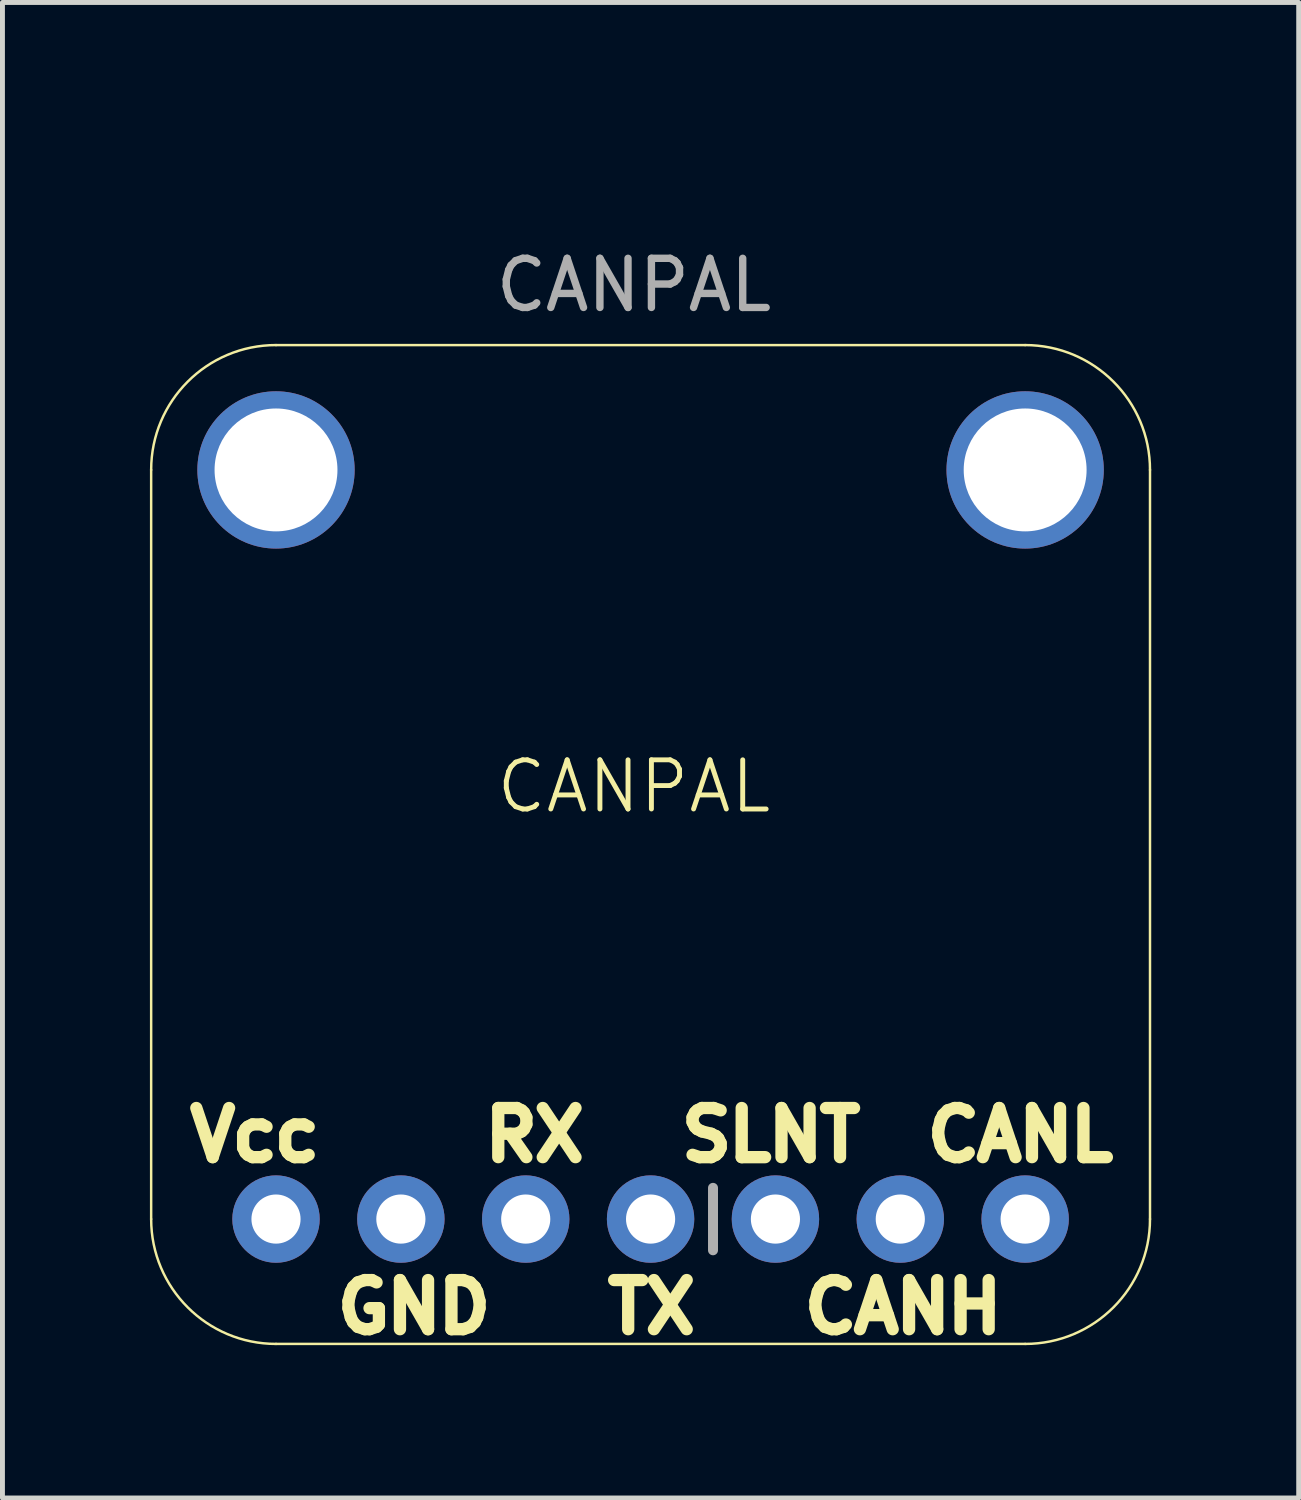
<source format=kicad_pcb>
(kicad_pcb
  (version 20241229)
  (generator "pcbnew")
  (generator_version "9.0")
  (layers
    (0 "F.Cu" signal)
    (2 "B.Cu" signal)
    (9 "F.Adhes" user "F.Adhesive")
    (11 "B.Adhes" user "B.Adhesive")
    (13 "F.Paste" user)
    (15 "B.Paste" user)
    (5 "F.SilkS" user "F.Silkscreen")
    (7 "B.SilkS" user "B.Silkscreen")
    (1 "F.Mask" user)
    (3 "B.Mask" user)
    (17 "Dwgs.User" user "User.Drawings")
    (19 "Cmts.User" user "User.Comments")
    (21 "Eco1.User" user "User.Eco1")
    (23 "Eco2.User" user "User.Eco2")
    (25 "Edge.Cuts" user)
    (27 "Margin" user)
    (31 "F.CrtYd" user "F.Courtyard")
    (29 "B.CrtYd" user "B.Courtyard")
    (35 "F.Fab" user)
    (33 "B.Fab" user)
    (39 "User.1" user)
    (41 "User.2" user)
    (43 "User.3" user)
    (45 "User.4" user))
  (footprint "CANPAL"
    (layer "F.Cu")
    (at 9.845 0.25)
    (property "Reference" "CANPAL" (at 0 12.7 0) (unlocked yes) (layer "F.SilkS") (effects (font (size 1 1) (thickness 0.1))))
    (attr through_hole)
    (fp_line (start -9.82 6.26) (end -9.82 21.5) (stroke (width 0.05) (type solid)) (layer "F.SilkS"))
    (fp_line (start -7.28 24.04) (end 7.96 24.04) (stroke (width 0.05) (type solid)) (layer "F.SilkS"))
    (fp_line (start 7.96 3.72) (end -7.28 3.72) (stroke (width 0.05) (type solid)) (layer "F.SilkS"))
    (fp_line (start 10.5 21.5) (end 10.5 6.26) (stroke (width 0.05) (type solid)) (layer "F.SilkS"))
    (fp_arc (start -9.82 6.26) (mid -9.076051 4.463949) (end -7.28 3.72) (stroke (width 0.05) (type solid)) (layer "F.SilkS"))
    (fp_arc (start -7.28 24.04) (mid -9.076051 23.296051) (end -9.82 21.5) (stroke (width 0.05) (type solid)) (layer "F.SilkS"))
    (fp_arc (start 7.96 3.72) (mid 9.756051 4.463949) (end 10.5 6.26) (stroke (width 0.05) (type solid)) (layer "F.SilkS"))
    (fp_arc (start 10.5 21.5) (mid 9.756051 23.296051) (end 7.96 24.04) (stroke (width 0.05) (type solid)) (layer "F.SilkS"))
    (fp_line (start 1.61 20.865) (end 1.61 22.135) (stroke (width 0.203) (type solid)) (layer "F.Fab"))
    (fp_poly (pts (xy 2.626 21.754) (xy 3.134 21.754) (xy 3.134 21.246) (xy 2.626 21.246)) (stroke (width 0.1) (type default)) (fill no) (layer "F.Fab"))
    (fp_poly (pts (xy 5.166 21.754) (xy 5.674 21.754) (xy 5.674 21.246) (xy 5.166 21.246)) (stroke (width 0.1) (type default)) (fill no) (layer "F.Fab"))
    (fp_poly (pts (xy 7.706 21.754) (xy 8.214 21.754) (xy 8.214 21.246) (xy 7.706 21.246)) (stroke (width 0.1) (type default)) (fill no) (layer "F.Fab"))
    (fp_text user "CANL" (at 5.839 20.376 0) (unlocked yes) (layer "F.SilkS") (effects (font (size 1 1) (thickness 0.25) (bold yes)) (justify left bottom)))
    (fp_text user "CANH" (at 3.339 23.876 0) (unlocked yes) (layer "F.SilkS") (effects (font (size 1 1) (thickness 0.25) (bold yes)) (justify left bottom)))
    (fp_text user "RX\n" (at -3.161 20.376 0) (unlocked yes) (layer "F.SilkS") (effects (font (size 1 1) (thickness 0.25) (bold yes)) (justify left bottom)))
    (fp_text user "TX\n" (at -0.661 23.876 0) (unlocked yes) (layer "F.SilkS") (effects (font (size 1 1) (thickness 0.25) (bold yes)) (justify left bottom)))
    (fp_text user "Vcc" (at -9.161 20.376 0) (unlocked yes) (layer "F.SilkS") (effects (font (size 1 1) (thickness 0.25) (bold yes)) (justify left bottom)))
    (fp_text user "SLNT" (at 0.839 20.376 0) (unlocked yes) (layer "F.SilkS") (effects (font (size 1 1) (thickness 0.25) (bold yes)) (justify left bottom)))
    (fp_text user "GND" (at -6.161 23.876 0) (unlocked yes) (layer "F.SilkS") (effects (font (size 1 1) (thickness 0.25) (bold yes)) (justify left bottom)))
    (fp_text user "${REFERENCE}" (at 0 2.5 0) (unlocked yes) (layer "F.Fab") (effects (font (size 1 1) (thickness 0.15))))
    (pad "1" thru_hole circle (at -7.28 21.5 270) (size 1.778 1.778) (drill 1) (layers "*.Cu" "*.Mask"))
    (pad "2" thru_hole circle (at -4.74 21.5 270) (size 1.778 1.778) (drill 1) (layers "*.Cu" "*.Mask"))
    (pad "3" thru_hole circle (at -2.2 21.5 270) (size 1.778 1.778) (drill 1) (layers "*.Cu" "*.Mask"))
    (pad "4" thru_hole circle (at 0.34 21.5 270) (size 1.778 1.778) (drill 1) (layers "*.Cu" "*.Mask"))
    (pad "5" thru_hole circle (at 2.88 21.5 270) (size 1.778 1.778) (drill 1) (layers "*.Cu" "*.Mask"))
    (pad "6" thru_hole circle (at 5.42 21.5 270) (size 1.778 1.778) (drill 1) (layers "*.Cu" "*.Mask"))
    (pad "7" thru_hole circle (at 7.96 21.5 270) (size 1.778 1.778) (drill 1) (layers "*.Cu" "*.Mask"))
    (pad "P$1" thru_hole circle (at -7.28 6.26) (size 3.2 3.2) (drill 2.5) (layers "*.Cu" "*.Mask"))
    (pad "P$1" thru_hole circle (at 7.96 6.26) (size 3.2 3.2) (drill 2.5) (layers "*.Cu" "*.Mask"))
    (zone (net_name "") (layer "F.Cu") (hatch edge 0.5) (connect_pads) (min_thickness 0.25) (filled_areas_thickness no) (keepout (tracks not_allowed) (vias not_allowed) (pads not_allowed) (copperpour not_allowed) (footprints allowed)) (placement (enabled no)) (fill) (polygon (pts (xy 4.581 6.51) (xy 4.561 6.229) (xy 4.503 5.954) (xy 4.407 5.69) (xy 4.275 5.442) (xy 4.109 5.214) (xy 3.914 5.012) (xy 3.692 4.839) (xy 3.449 4.698) (xy 3.188 4.593) (xy 2.915 4.525) (xy 2.635 4.495) (xy 2.354 4.505) (xy 2.077 4.554) (xy 1.81 4.641) (xy 1.557 4.764) (xy 1.324 4.921) (xy 1.115 5.11) (xy 0.934 5.325) (xy 0.785 5.564) (xy 0.671 5.82) (xy 0.593 6.091) (xy 0.554 6.369) (xy 0.554 6.651) (xy 0.593 6.929) (xy 0.671 7.2) (xy 0.785 7.456) (xy 0.934 7.695) (xy 1.115 7.91) (xy 1.324 8.099) (xy 1.557 8.256) (xy 1.81 8.379) (xy 2.077 8.466) (xy 2.354 8.515) (xy 2.635 8.525) (xy 2.915 8.495) (xy 3.188 8.427) (xy 3.449 8.322) (xy 3.692 8.181) (xy 3.914 8.008) (xy 4.109 7.806) (xy 4.275 7.578) (xy 4.407 7.33) (xy 4.503 7.066) (xy 4.561 6.791))) (polygon (pts (xy 2.549 6.51) (xy 2.554 6.521) (xy 2.565 6.526) (xy 2.576 6.521) (xy 2.581 6.51) (xy 2.576 6.499) (xy 2.565 6.494) (xy 2.554 6.499))))
    (zone (net_name "") (layer "F.Cu") (hatch edge 0.5) (connect_pads) (min_thickness 0.25) (filled_areas_thickness no) (keepout (tracks not_allowed) (vias not_allowed) (pads not_allowed) (copperpour not_allowed) (footprints allowed)) (placement (enabled no)) (fill) (polygon (pts (xy 19.821 6.51) (xy 19.801 6.229) (xy 19.743 5.954) (xy 19.647 5.69) (xy 19.515 5.442) (xy 19.349 5.214) (xy 19.154 5.012) (xy 18.932 4.839) (xy 18.689 4.698) (xy 18.428 4.593) (xy 18.155 4.525) (xy 17.875 4.495) (xy 17.594 4.505) (xy 17.317 4.554) (xy 17.05 4.641) (xy 16.797 4.764) (xy 16.564 4.921) (xy 16.355 5.11) (xy 16.174 5.325) (xy 16.025 5.564) (xy 15.911 5.82) (xy 15.833 6.091) (xy 15.794 6.369) (xy 15.794 6.651) (xy 15.833 6.929) (xy 15.911 7.2) (xy 16.025 7.456) (xy 16.174 7.695) (xy 16.355 7.91) (xy 16.564 8.099) (xy 16.797 8.256) (xy 17.05 8.379) (xy 17.317 8.466) (xy 17.594 8.515) (xy 17.875 8.525) (xy 18.155 8.495) (xy 18.428 8.427) (xy 18.689 8.322) (xy 18.932 8.181) (xy 19.154 8.008) (xy 19.349 7.806) (xy 19.515 7.578) (xy 19.647 7.33) (xy 19.743 7.066) (xy 19.801 6.791))) (polygon (pts (xy 17.789 6.51) (xy 17.794 6.521) (xy 17.805 6.526) (xy 17.816 6.521) (xy 17.821 6.51) (xy 17.816 6.499) (xy 17.805 6.494) (xy 17.794 6.499))))
    (zone (net_name "") (layer "B.Cu") (hatch edge 0.5) (connect_pads) (min_thickness 0.25) (filled_areas_thickness no) (keepout (tracks not_allowed) (vias not_allowed) (pads not_allowed) (copperpour not_allowed) (footprints allowed)) (placement (enabled no)) (fill) (polygon (pts (xy 4.581 6.51) (xy 4.561 6.229) (xy 4.503 5.954) (xy 4.407 5.69) (xy 4.275 5.442) (xy 4.109 5.214) (xy 3.914 5.012) (xy 3.692 4.839) (xy 3.449 4.698) (xy 3.188 4.593) (xy 2.915 4.525) (xy 2.635 4.495) (xy 2.354 4.505) (xy 2.077 4.554) (xy 1.81 4.641) (xy 1.557 4.764) (xy 1.324 4.921) (xy 1.115 5.11) (xy 0.934 5.325) (xy 0.785 5.564) (xy 0.671 5.82) (xy 0.593 6.091) (xy 0.554 6.369) (xy 0.554 6.651) (xy 0.593 6.929) (xy 0.671 7.2) (xy 0.785 7.456) (xy 0.934 7.695) (xy 1.115 7.91) (xy 1.324 8.099) (xy 1.557 8.256) (xy 1.81 8.379) (xy 2.077 8.466) (xy 2.354 8.515) (xy 2.635 8.525) (xy 2.915 8.495) (xy 3.188 8.427) (xy 3.449 8.322) (xy 3.692 8.181) (xy 3.914 8.008) (xy 4.109 7.806) (xy 4.275 7.578) (xy 4.407 7.33) (xy 4.503 7.066) (xy 4.561 6.791))) (polygon (pts (xy 2.549 6.51) (xy 2.554 6.521) (xy 2.565 6.526) (xy 2.576 6.521) (xy 2.581 6.51) (xy 2.576 6.499) (xy 2.565 6.494) (xy 2.554 6.499))))
    (zone (net_name "") (layer "B.Cu") (hatch edge 0.5) (connect_pads) (min_thickness 0.25) (filled_areas_thickness no) (keepout (tracks not_allowed) (vias not_allowed) (pads not_allowed) (copperpour not_allowed) (footprints allowed)) (placement (enabled no)) (fill) (polygon (pts (xy 19.821 6.51) (xy 19.801 6.229) (xy 19.743 5.954) (xy 19.647 5.69) (xy 19.515 5.442) (xy 19.349 5.214) (xy 19.154 5.012) (xy 18.932 4.839) (xy 18.689 4.698) (xy 18.428 4.593) (xy 18.155 4.525) (xy 17.875 4.495) (xy 17.594 4.505) (xy 17.317 4.554) (xy 17.05 4.641) (xy 16.797 4.764) (xy 16.564 4.921) (xy 16.355 5.11) (xy 16.174 5.325) (xy 16.025 5.564) (xy 15.911 5.82) (xy 15.833 6.091) (xy 15.794 6.369) (xy 15.794 6.651) (xy 15.833 6.929) (xy 15.911 7.2) (xy 16.025 7.456) (xy 16.174 7.695) (xy 16.355 7.91) (xy 16.564 8.099) (xy 16.797 8.256) (xy 17.05 8.379) (xy 17.317 8.466) (xy 17.594 8.515) (xy 17.875 8.525) (xy 18.155 8.495) (xy 18.428 8.427) (xy 18.689 8.322) (xy 18.932 8.181) (xy 19.154 8.008) (xy 19.349 7.806) (xy 19.515 7.578) (xy 19.647 7.33) (xy 19.743 7.066) (xy 19.801 6.791))) (polygon (pts (xy 17.789 6.51) (xy 17.794 6.521) (xy 17.805 6.526) (xy 17.816 6.521) (xy 17.821 6.51) (xy 17.816 6.499) (xy 17.805 6.494) (xy 17.794 6.499)))))
  (gr_rect
    (start -3 -3)
    (end 23.37 27.424)
    (stroke (width 0.1) (type default))
    (fill no)
    (layer "Edge.Cuts")))
</source>
